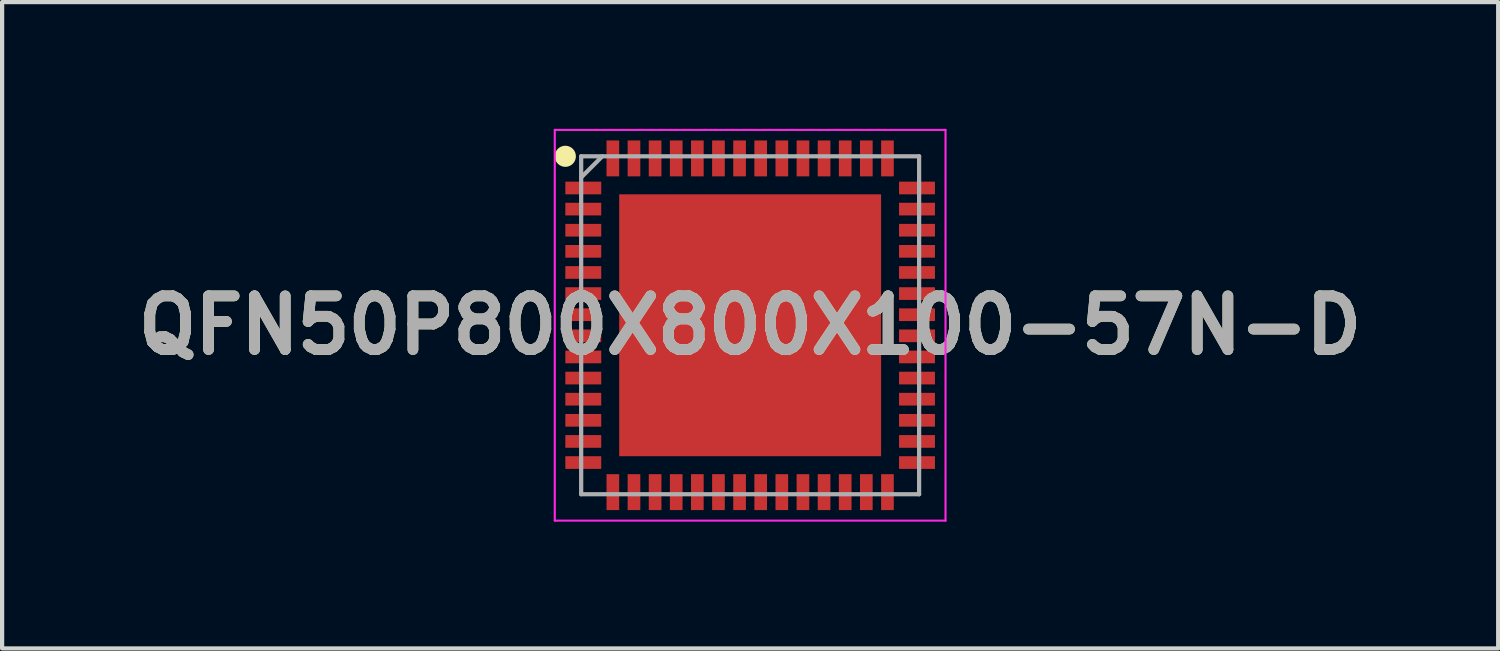
<source format=kicad_pcb>
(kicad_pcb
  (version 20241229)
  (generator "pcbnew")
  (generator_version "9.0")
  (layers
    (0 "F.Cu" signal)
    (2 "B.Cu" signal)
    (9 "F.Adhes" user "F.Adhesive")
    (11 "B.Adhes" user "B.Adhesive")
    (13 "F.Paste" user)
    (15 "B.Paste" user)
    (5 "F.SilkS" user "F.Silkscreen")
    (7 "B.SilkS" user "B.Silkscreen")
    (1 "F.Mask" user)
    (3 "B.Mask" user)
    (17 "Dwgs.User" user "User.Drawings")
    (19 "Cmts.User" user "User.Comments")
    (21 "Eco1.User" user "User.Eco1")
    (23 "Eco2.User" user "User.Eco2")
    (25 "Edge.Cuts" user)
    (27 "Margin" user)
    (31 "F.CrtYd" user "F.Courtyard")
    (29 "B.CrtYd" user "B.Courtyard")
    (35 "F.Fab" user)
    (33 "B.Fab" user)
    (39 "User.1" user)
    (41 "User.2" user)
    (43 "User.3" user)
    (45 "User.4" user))
  (footprint "QFN50P800X800X100-57N-D"
    (layer "F.Cu")
    (at 14.708 4.65)
    (property "Reference" "QFN50P800X800X100-57N-D" (at 0 0 0) (layer "F.SilkS") (effects (font (size 1.27 1.27) (thickness 0.254))))
    (attr smd)
    (fp_circle (center -4.375 -4) (end -4.375 -3.875) (stroke (width 0.25) (type solid)) (fill no) (layer "F.SilkS"))
    (fp_line (start -4.625 -4.625) (end 4.625 -4.625) (stroke (width 0.05) (type solid)) (layer "F.CrtYd"))
    (fp_line (start -4.625 4.625) (end -4.625 -4.625) (stroke (width 0.05) (type solid)) (layer "F.CrtYd"))
    (fp_line (start 4.625 -4.625) (end 4.625 4.625) (stroke (width 0.05) (type solid)) (layer "F.CrtYd"))
    (fp_line (start 4.625 4.625) (end -4.625 4.625) (stroke (width 0.05) (type solid)) (layer "F.CrtYd"))
    (fp_line (start -4 -4) (end 4 -4) (stroke (width 0.1) (type solid)) (layer "F.Fab"))
    (fp_line (start -4 -3.5) (end -3.5 -4) (stroke (width 0.1) (type solid)) (layer "F.Fab"))
    (fp_line (start -4 4) (end -4 -4) (stroke (width 0.1) (type solid)) (layer "F.Fab"))
    (fp_line (start 4 -4) (end 4 4) (stroke (width 0.1) (type solid)) (layer "F.Fab"))
    (fp_line (start 4 4) (end -4 4) (stroke (width 0.1) (type solid)) (layer "F.Fab"))
    (fp_text user "${REFERENCE}" (at 0 0 0) (layer "F.Fab") (effects (font (size 1.27 1.27) (thickness 0.254))))
    (pad "1" smd rect (at -3.95 -3.25 90) (size 0.3 0.85) (layers "F.Cu" "F.Mask" "F.Paste"))
    (pad "2" smd rect (at -3.95 -2.75 90) (size 0.3 0.85) (layers "F.Cu" "F.Mask" "F.Paste"))
    (pad "3" smd rect (at -3.95 -2.25 90) (size 0.3 0.85) (layers "F.Cu" "F.Mask" "F.Paste"))
    (pad "4" smd rect (at -3.95 -1.75 90) (size 0.3 0.85) (layers "F.Cu" "F.Mask" "F.Paste"))
    (pad "5" smd rect (at -3.95 -1.25 90) (size 0.3 0.85) (layers "F.Cu" "F.Mask" "F.Paste"))
    (pad "6" smd rect (at -3.95 -0.75 90) (size 0.3 0.85) (layers "F.Cu" "F.Mask" "F.Paste"))
    (pad "7" smd rect (at -3.95 -0.25 90) (size 0.3 0.85) (layers "F.Cu" "F.Mask" "F.Paste"))
    (pad "8" smd rect (at -3.95 0.25 90) (size 0.3 0.85) (layers "F.Cu" "F.Mask" "F.Paste"))
    (pad "9" smd rect (at -3.95 0.75 90) (size 0.3 0.85) (layers "F.Cu" "F.Mask" "F.Paste"))
    (pad "10" smd rect (at -3.95 1.25 90) (size 0.3 0.85) (layers "F.Cu" "F.Mask" "F.Paste"))
    (pad "11" smd rect (at -3.95 1.75 90) (size 0.3 0.85) (layers "F.Cu" "F.Mask" "F.Paste"))
    (pad "12" smd rect (at -3.95 2.25 90) (size 0.3 0.85) (layers "F.Cu" "F.Mask" "F.Paste"))
    (pad "13" smd rect (at -3.95 2.75 90) (size 0.3 0.85) (layers "F.Cu" "F.Mask" "F.Paste"))
    (pad "14" smd rect (at -3.95 3.25 90) (size 0.3 0.85) (layers "F.Cu" "F.Mask" "F.Paste"))
    (pad "15" smd rect (at -3.25 3.95) (size 0.3 0.85) (layers "F.Cu" "F.Mask" "F.Paste"))
    (pad "16" smd rect (at -2.75 3.95) (size 0.3 0.85) (layers "F.Cu" "F.Mask" "F.Paste"))
    (pad "17" smd rect (at -2.25 3.95) (size 0.3 0.85) (layers "F.Cu" "F.Mask" "F.Paste"))
    (pad "18" smd rect (at -1.75 3.95) (size 0.3 0.85) (layers "F.Cu" "F.Mask" "F.Paste"))
    (pad "19" smd rect (at -1.25 3.95) (size 0.3 0.85) (layers "F.Cu" "F.Mask" "F.Paste"))
    (pad "20" smd rect (at -0.75 3.95) (size 0.3 0.85) (layers "F.Cu" "F.Mask" "F.Paste"))
    (pad "21" smd rect (at -0.25 3.95) (size 0.3 0.85) (layers "F.Cu" "F.Mask" "F.Paste"))
    (pad "22" smd rect (at 0.25 3.95) (size 0.3 0.85) (layers "F.Cu" "F.Mask" "F.Paste"))
    (pad "23" smd rect (at 0.75 3.95) (size 0.3 0.85) (layers "F.Cu" "F.Mask" "F.Paste"))
    (pad "24" smd rect (at 1.25 3.95) (size 0.3 0.85) (layers "F.Cu" "F.Mask" "F.Paste"))
    (pad "25" smd rect (at 1.75 3.95) (size 0.3 0.85) (layers "F.Cu" "F.Mask" "F.Paste"))
    (pad "26" smd rect (at 2.25 3.95) (size 0.3 0.85) (layers "F.Cu" "F.Mask" "F.Paste"))
    (pad "27" smd rect (at 2.75 3.95) (size 0.3 0.85) (layers "F.Cu" "F.Mask" "F.Paste"))
    (pad "28" smd rect (at 3.25 3.95) (size 0.3 0.85) (layers "F.Cu" "F.Mask" "F.Paste"))
    (pad "29" smd rect (at 3.95 3.25 90) (size 0.3 0.85) (layers "F.Cu" "F.Mask" "F.Paste"))
    (pad "30" smd rect (at 3.95 2.75 90) (size 0.3 0.85) (layers "F.Cu" "F.Mask" "F.Paste"))
    (pad "31" smd rect (at 3.95 2.25 90) (size 0.3 0.85) (layers "F.Cu" "F.Mask" "F.Paste"))
    (pad "32" smd rect (at 3.95 1.75 90) (size 0.3 0.85) (layers "F.Cu" "F.Mask" "F.Paste"))
    (pad "33" smd rect (at 3.95 1.25 90) (size 0.3 0.85) (layers "F.Cu" "F.Mask" "F.Paste"))
    (pad "34" smd rect (at 3.95 0.75 90) (size 0.3 0.85) (layers "F.Cu" "F.Mask" "F.Paste"))
    (pad "35" smd rect (at 3.95 0.25 90) (size 0.3 0.85) (layers "F.Cu" "F.Mask" "F.Paste"))
    (pad "36" smd rect (at 3.95 -0.25 90) (size 0.3 0.85) (layers "F.Cu" "F.Mask" "F.Paste"))
    (pad "37" smd rect (at 3.95 -0.75 90) (size 0.3 0.85) (layers "F.Cu" "F.Mask" "F.Paste"))
    (pad "38" smd rect (at 3.95 -1.25 90) (size 0.3 0.85) (layers "F.Cu" "F.Mask" "F.Paste"))
    (pad "39" smd rect (at 3.95 -1.75 90) (size 0.3 0.85) (layers "F.Cu" "F.Mask" "F.Paste"))
    (pad "40" smd rect (at 3.95 -2.25 90) (size 0.3 0.85) (layers "F.Cu" "F.Mask" "F.Paste"))
    (pad "41" smd rect (at 3.95 -2.75 90) (size 0.3 0.85) (layers "F.Cu" "F.Mask" "F.Paste"))
    (pad "42" smd rect (at 3.95 -3.25 90) (size 0.3 0.85) (layers "F.Cu" "F.Mask" "F.Paste"))
    (pad "43" smd rect (at 3.25 -3.95) (size 0.3 0.85) (layers "F.Cu" "F.Mask" "F.Paste"))
    (pad "44" smd rect (at 2.75 -3.95) (size 0.3 0.85) (layers "F.Cu" "F.Mask" "F.Paste"))
    (pad "45" smd rect (at 2.25 -3.95) (size 0.3 0.85) (layers "F.Cu" "F.Mask" "F.Paste"))
    (pad "46" smd rect (at 1.75 -3.95) (size 0.3 0.85) (layers "F.Cu" "F.Mask" "F.Paste"))
    (pad "47" smd rect (at 1.25 -3.95) (size 0.3 0.85) (layers "F.Cu" "F.Mask" "F.Paste"))
    (pad "48" smd rect (at 0.75 -3.95) (size 0.3 0.85) (layers "F.Cu" "F.Mask" "F.Paste"))
    (pad "49" smd rect (at 0.25 -3.95) (size 0.3 0.85) (layers "F.Cu" "F.Mask" "F.Paste"))
    (pad "50" smd rect (at -0.25 -3.95) (size 0.3 0.85) (layers "F.Cu" "F.Mask" "F.Paste"))
    (pad "51" smd rect (at -0.75 -3.95) (size 0.3 0.85) (layers "F.Cu" "F.Mask" "F.Paste"))
    (pad "52" smd rect (at -1.25 -3.95) (size 0.3 0.85) (layers "F.Cu" "F.Mask" "F.Paste"))
    (pad "53" smd rect (at -1.75 -3.95) (size 0.3 0.85) (layers "F.Cu" "F.Mask" "F.Paste"))
    (pad "54" smd rect (at -2.25 -3.95) (size 0.3 0.85) (layers "F.Cu" "F.Mask" "F.Paste"))
    (pad "55" smd rect (at -2.75 -3.95) (size 0.3 0.85) (layers "F.Cu" "F.Mask" "F.Paste"))
    (pad "56" smd rect (at -3.25 -3.95) (size 0.3 0.85) (layers "F.Cu" "F.Mask" "F.Paste"))
    (pad "57" smd rect (at 0 0) (size 6.2 6.2) (layers "F.Cu" "F.Mask" "F.Paste")))
  (gr_rect
    (start -3 -3)
    (end 32.416 12.3)
    (stroke (width 0.1) (type default))
    (fill no)
    (layer "Edge.Cuts")))
</source>
